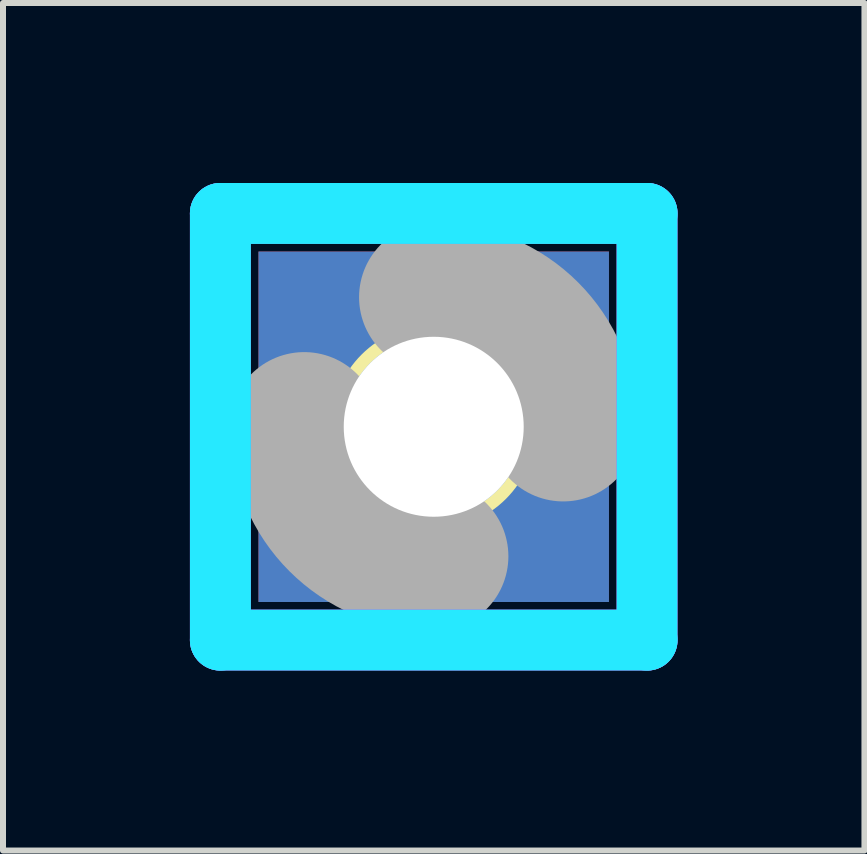
<source format=kicad_pcb>
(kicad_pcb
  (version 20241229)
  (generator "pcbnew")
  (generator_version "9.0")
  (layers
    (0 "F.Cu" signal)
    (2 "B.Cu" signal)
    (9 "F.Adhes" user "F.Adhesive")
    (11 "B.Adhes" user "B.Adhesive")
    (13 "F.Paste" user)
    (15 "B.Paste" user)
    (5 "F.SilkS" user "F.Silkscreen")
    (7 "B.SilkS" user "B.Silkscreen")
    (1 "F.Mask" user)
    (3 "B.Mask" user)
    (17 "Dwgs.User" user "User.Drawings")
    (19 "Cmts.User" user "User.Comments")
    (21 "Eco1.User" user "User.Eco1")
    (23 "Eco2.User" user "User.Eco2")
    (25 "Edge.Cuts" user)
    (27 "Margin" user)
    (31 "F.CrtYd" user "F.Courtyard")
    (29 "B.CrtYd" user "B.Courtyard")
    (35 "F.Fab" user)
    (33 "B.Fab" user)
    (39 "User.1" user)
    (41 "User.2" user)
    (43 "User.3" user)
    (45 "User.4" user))
  (footprint "footprint"
    (layer "F.Cu")
    (at 4.18 4.064)
    (property "Reference" "footprint" (at 0 0 0) (layer "F.SilkS") (effects (font (size 1.27 1.27) (thickness 0.15))))
    (fp_line (start -3.556 -3.556) (end 3.556 -3.556) (stroke (width 0.152) (type solid)) (layer "F.SilkS"))
    (fp_line (start -3.556 3.556) (end -3.556 -3.556) (stroke (width 0.152) (type solid)) (layer "F.SilkS"))
    (fp_line (start 3.556 -3.556) (end 3.556 3.556) (stroke (width 0.152) (type solid)) (layer "F.SilkS"))
    (fp_line (start 3.556 3.556) (end -3.556 3.556) (stroke (width 0.152) (type solid)) (layer "F.SilkS"))
    (fp_circle (center 0 0) (end 1.6 0) (stroke (width 0.203) (type solid)) (fill no) (layer "F.SilkS"))
    (fp_line (start -3.556 -3.556) (end 3.556 -3.556) (stroke (width 1.016) (type solid)) (layer "B.CrtYd"))
    (fp_line (start -3.556 3.556) (end -3.556 -3.556) (stroke (width 1.016) (type solid)) (layer "B.CrtYd"))
    (fp_line (start 3.556 -3.556) (end 3.556 3.556) (stroke (width 1.016) (type solid)) (layer "B.CrtYd"))
    (fp_line (start 3.556 3.556) (end -3.556 3.556) (stroke (width 1.016) (type solid)) (layer "B.CrtYd"))
    (fp_line (start -3.556 -3.556) (end 3.556 -3.556) (stroke (width 1.016) (type solid)) (layer "F.CrtYd"))
    (fp_line (start -3.556 3.556) (end -3.556 -3.556) (stroke (width 1.016) (type solid)) (layer "F.CrtYd"))
    (fp_line (start 3.556 -3.556) (end 3.556 3.556) (stroke (width 1.016) (type solid)) (layer "F.CrtYd"))
    (fp_line (start 3.556 3.556) (end -3.556 3.556) (stroke (width 1.016) (type solid)) (layer "F.CrtYd"))
    (fp_arc (start 0 -2.159) (mid 1.526644 -1.526644) (end 2.159 0) (stroke (width 2.4892) (type solid)) (layer "F.Fab"))
    (fp_arc (start 0 2.159) (mid -1.526644 1.526644) (end -2.159 0) (stroke (width 2.4892) (type solid)) (layer "F.Fab"))
    (fp_circle (center 0 0) (end 0.762 0) (stroke (width 0.457) (type solid)) (fill no) (layer "F.Fab"))
    (pad "B3,0" thru_hole rect (at 0 0) (size 5.842 5.842) (drill 3) (layers "*.Cu" "*.Mask")))
  (gr_rect
    (start -3 -3)
    (end 11.36 11.128)
    (stroke (width 0.1) (type default))
    (fill no)
    (layer "Edge.Cuts")))
</source>
